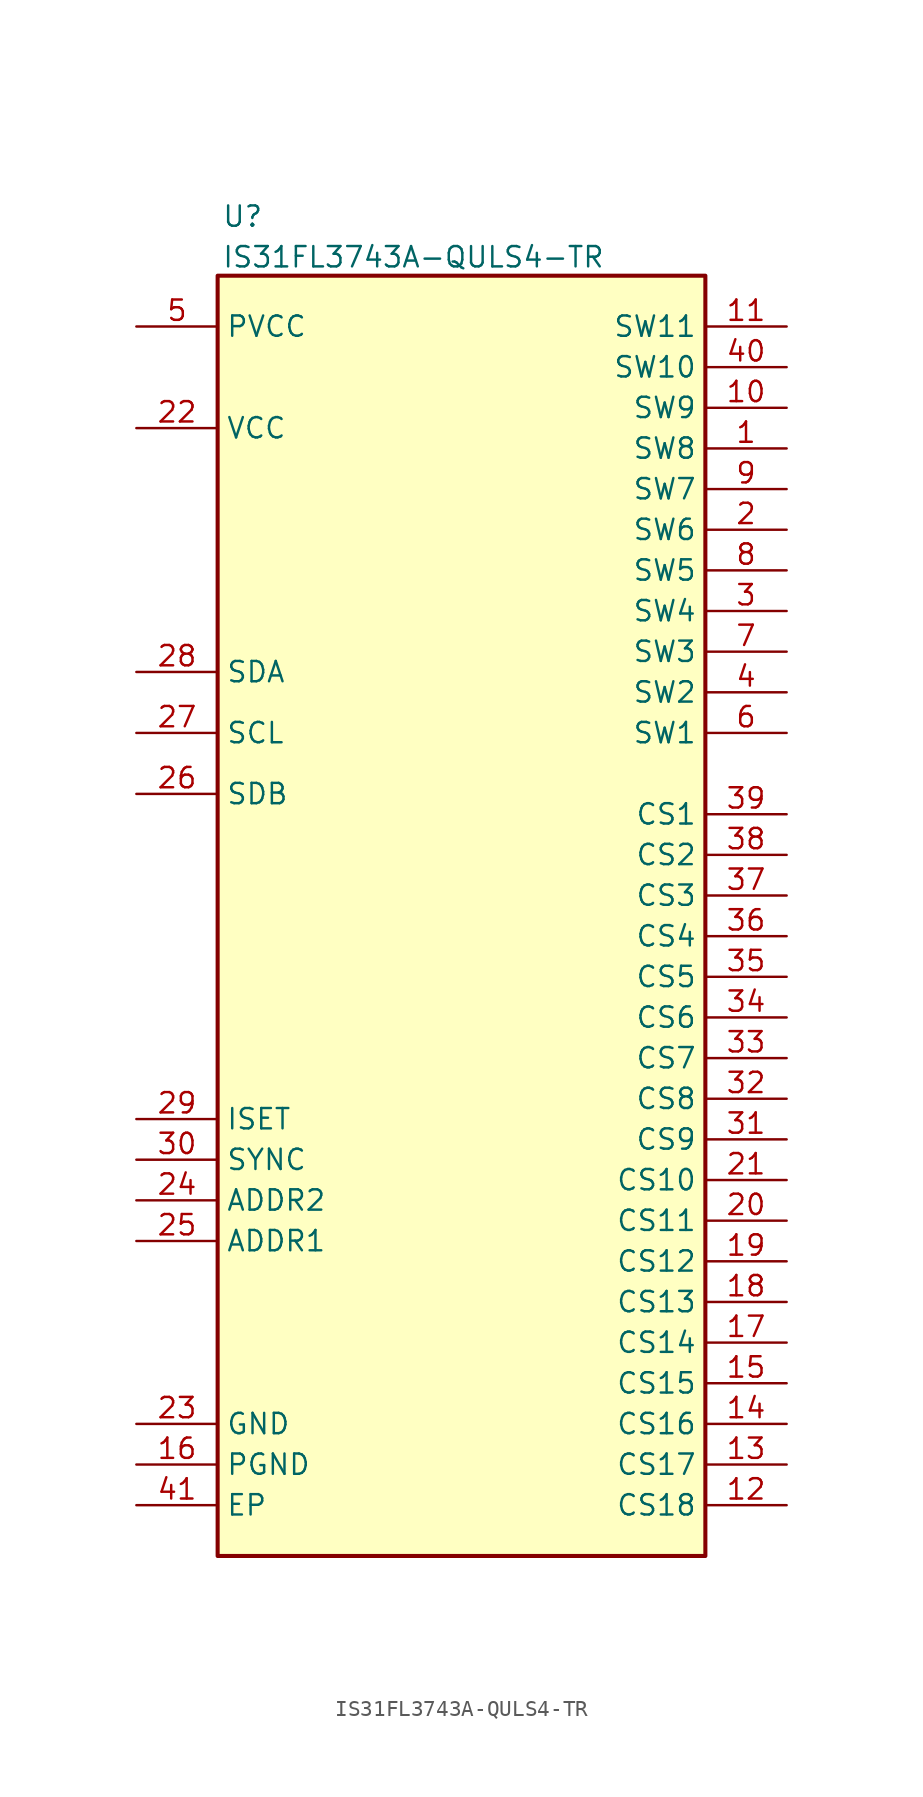
<source format=kicad_sym>
(kicad_symbol_lib
  (version 20231120)
  (generator "kicad_symbol_editor")
  (generator_version "8.0")
  (symbol "IS31FL3743A-QULS4-TR"
    (property "Reference" "U"
      (at -59.436 7.62 0)
      (effects (font (size 1.27 1.27)) (justify left top)))
    (property "Value" "IS31FL3743A-QULS4-TR"
      (at -59.436 5.08 0)
      (effects (font (size 1.27 1.27)) (justify left top)))
    (symbol "IS31FL3743A-QULS4-TR_1_1"
      (rectangle (start -59.69 3.175) (end -29.21 -76.835) (stroke (width 0.254) (type default)) (fill (type background)))
      (pin passive line (at -24.13 -7.62 180) (length 5.08) (name "SW8" (effects (font (size 1.27 1.27)))) (number "1" (effects (font (size 1.27 1.27)))))
      (pin passive line (at -24.13 -5.08 180) (length 5.08) (name "SW9" (effects (font (size 1.27 1.27)))) (number "10" (effects (font (size 1.27 1.27)))))
      (pin passive line (at -24.13 0 180) (length 5.08) (name "SW11" (effects (font (size 1.27 1.27)))) (number "11" (effects (font (size 1.27 1.27)))))
      (pin passive line (at -24.13 -73.66 180) (length 5.08) (name "CS18" (effects (font (size 1.27 1.27)))) (number "12" (effects (font (size 1.27 1.27)))))
      (pin passive line (at -24.13 -71.12 180) (length 5.08) (name "CS17" (effects (font (size 1.27 1.27)))) (number "13" (effects (font (size 1.27 1.27)))))
      (pin passive line (at -24.13 -68.58 180) (length 5.08) (name "CS16" (effects (font (size 1.27 1.27)))) (number "14" (effects (font (size 1.27 1.27)))))
      (pin passive line (at -24.13 -66.04 180) (length 5.08) (name "CS15" (effects (font (size 1.27 1.27)))) (number "15" (effects (font (size 1.27 1.27)))))
      (pin passive line (at -64.77 -71.12 0) (length 5.08) (name "PGND" (effects (font (size 1.27 1.27)))) (number "16" (effects (font (size 1.27 1.27)))))
      (pin passive line (at -24.13 -63.5 180) (length 5.08) (name "CS14" (effects (font (size 1.27 1.27)))) (number "17" (effects (font (size 1.27 1.27)))))
      (pin passive line (at -24.13 -60.96 180) (length 5.08) (name "CS13" (effects (font (size 1.27 1.27)))) (number "18" (effects (font (size 1.27 1.27)))))
      (pin passive line (at -24.13 -58.42 180) (length 5.08) (name "CS12" (effects (font (size 1.27 1.27)))) (number "19" (effects (font (size 1.27 1.27)))))
      (pin passive line (at -24.13 -12.7 180) (length 5.08) (name "SW6" (effects (font (size 1.27 1.27)))) (number "2" (effects (font (size 1.27 1.27)))))
      (pin passive line (at -24.13 -55.88 180) (length 5.08) (name "CS11" (effects (font (size 1.27 1.27)))) (number "20" (effects (font (size 1.27 1.27)))))
      (pin passive line (at -24.13 -53.34 180) (length 5.08) (name "CS10" (effects (font (size 1.27 1.27)))) (number "21" (effects (font (size 1.27 1.27)))))
      (pin passive line (at -64.77 -6.35 0) (length 5.08) (name "VCC" (effects (font (size 1.27 1.27)))) (number "22" (effects (font (size 1.27 1.27)))))
      (pin passive line (at -64.77 -68.58 0) (length 5.08) (name "GND" (effects (font (size 1.27 1.27)))) (number "23" (effects (font (size 1.27 1.27)))))
      (pin passive line (at -64.77 -54.61 0) (length 5.08) (name "ADDR2" (effects (font (size 1.27 1.27)))) (number "24" (effects (font (size 1.27 1.27)))))
      (pin passive line (at -64.77 -57.15 0) (length 5.08) (name "ADDR1" (effects (font (size 1.27 1.27)))) (number "25" (effects (font (size 1.27 1.27)))))
      (pin passive line (at -64.77 -29.21 0) (length 5.08) (name "SDB" (effects (font (size 1.27 1.27)))) (number "26" (effects (font (size 1.27 1.27)))))
      (pin passive line (at -64.77 -25.4 0) (length 5.08) (name "SCL" (effects (font (size 1.27 1.27)))) (number "27" (effects (font (size 1.27 1.27)))))
      (pin passive line (at -64.77 -21.59 0) (length 5.08) (name "SDA" (effects (font (size 1.27 1.27)))) (number "28" (effects (font (size 1.27 1.27)))))
      (pin passive line (at -64.77 -49.53 0) (length 5.08) (name "ISET" (effects (font (size 1.27 1.27)))) (number "29" (effects (font (size 1.27 1.27)))))
      (pin passive line (at -24.13 -17.78 180) (length 5.08) (name "SW4" (effects (font (size 1.27 1.27)))) (number "3" (effects (font (size 1.27 1.27)))))
      (pin passive line (at -64.77 -52.07 0) (length 5.08) (name "SYNC" (effects (font (size 1.27 1.27)))) (number "30" (effects (font (size 1.27 1.27)))))
      (pin passive line (at -24.13 -50.8 180) (length 5.08) (name "CS9" (effects (font (size 1.27 1.27)))) (number "31" (effects (font (size 1.27 1.27)))))
      (pin passive line (at -24.13 -48.26 180) (length 5.08) (name "CS8" (effects (font (size 1.27 1.27)))) (number "32" (effects (font (size 1.27 1.27)))))
      (pin passive line (at -24.13 -45.72 180) (length 5.08) (name "CS7" (effects (font (size 1.27 1.27)))) (number "33" (effects (font (size 1.27 1.27)))))
      (pin passive line (at -24.13 -43.18 180) (length 5.08) (name "CS6" (effects (font (size 1.27 1.27)))) (number "34" (effects (font (size 1.27 1.27)))))
      (pin passive line (at -24.13 -40.64 180) (length 5.08) (name "CS5" (effects (font (size 1.27 1.27)))) (number "35" (effects (font (size 1.27 1.27)))))
      (pin passive line (at -24.13 -38.1 180) (length 5.08) (name "CS4" (effects (font (size 1.27 1.27)))) (number "36" (effects (font (size 1.27 1.27)))))
      (pin passive line (at -24.13 -35.56 180) (length 5.08) (name "CS3" (effects (font (size 1.27 1.27)))) (number "37" (effects (font (size 1.27 1.27)))))
      (pin passive line (at -24.13 -33.02 180) (length 5.08) (name "CS2" (effects (font (size 1.27 1.27)))) (number "38" (effects (font (size 1.27 1.27)))))
      (pin passive line (at -24.13 -30.48 180) (length 5.08) (name "CS1" (effects (font (size 1.27 1.27)))) (number "39" (effects (font (size 1.27 1.27)))))
      (pin passive line (at -24.13 -22.86 180) (length 5.08) (name "SW2" (effects (font (size 1.27 1.27)))) (number "4" (effects (font (size 1.27 1.27)))))
      (pin passive line (at -24.13 -2.54 180) (length 5.08) (name "SW10" (effects (font (size 1.27 1.27)))) (number "40" (effects (font (size 1.27 1.27)))))
      (pin passive line (at -64.77 -73.66 0) (length 5.08) (name "EP" (effects (font (size 1.27 1.27)))) (number "41" (effects (font (size 1.27 1.27)))))
      (pin passive line (at -64.77 0 0) (length 5.08) (name "PVCC" (effects (font (size 1.27 1.27)))) (number "5" (effects (font (size 1.27 1.27)))))
      (pin passive line (at -24.13 -25.4 180) (length 5.08) (name "SW1" (effects (font (size 1.27 1.27)))) (number "6" (effects (font (size 1.27 1.27)))))
      (pin passive line (at -24.13 -20.32 180) (length 5.08) (name "SW3" (effects (font (size 1.27 1.27)))) (number "7" (effects (font (size 1.27 1.27)))))
      (pin passive line (at -24.13 -15.24 180) (length 5.08) (name "SW5" (effects (font (size 1.27 1.27)))) (number "8" (effects (font (size 1.27 1.27)))))
      (pin passive line (at -24.13 -10.16 180) (length 5.08) (name "SW7" (effects (font (size 1.27 1.27)))) (number "9" (effects (font (size 1.27 1.27))))))))
</source>
